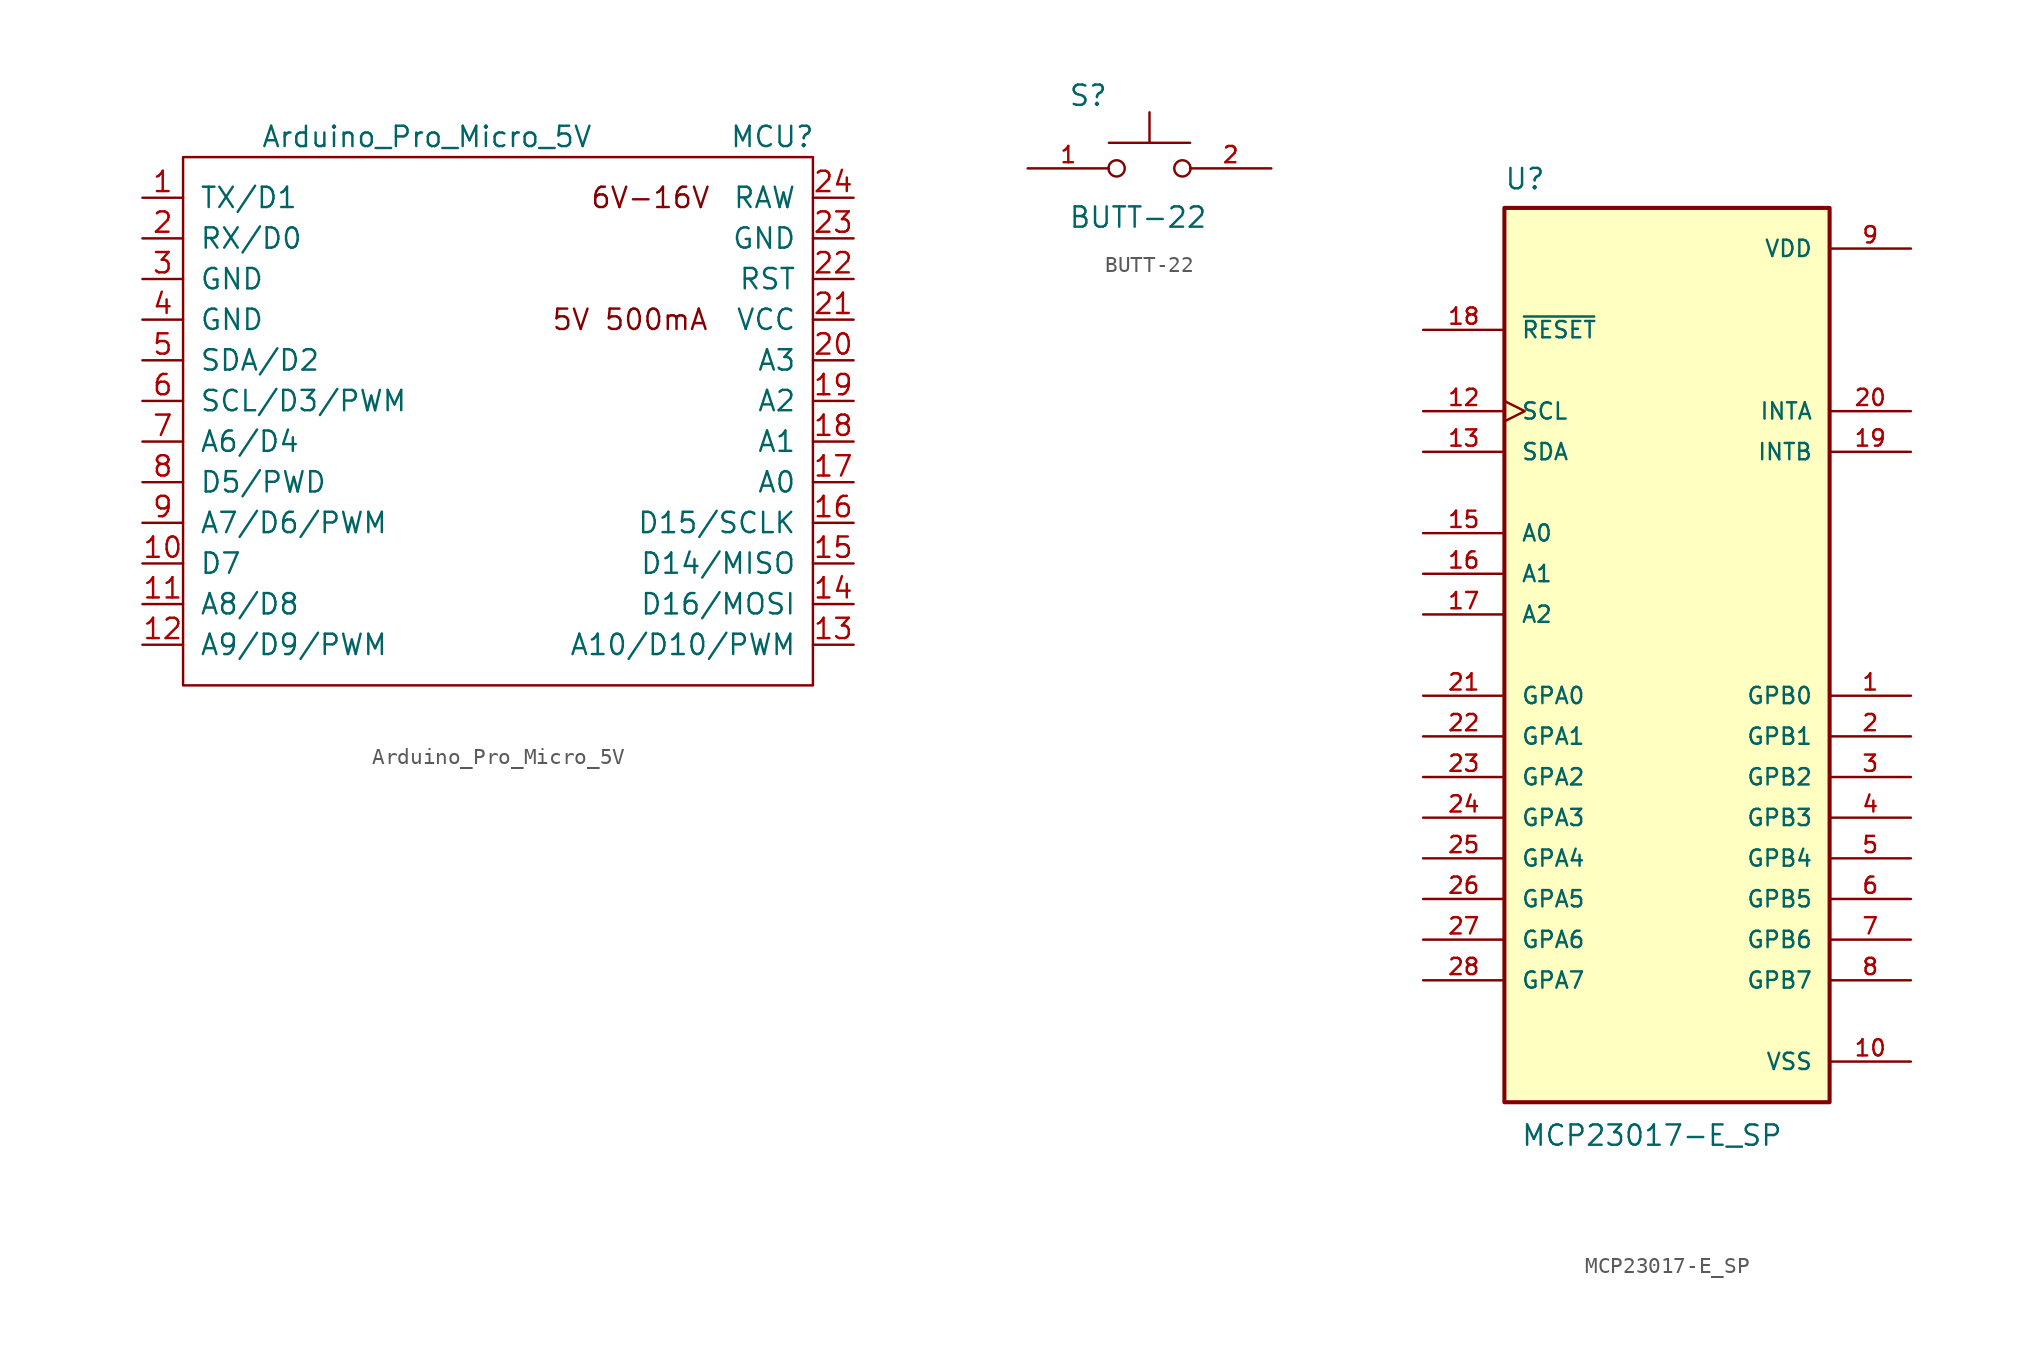
<source format=kicad_sym>
(kicad_symbol_lib
  (version 20211014)
  (generator kicad_symbol_editor)
  (symbol "Arduino_Pro_Micro_5V"
    (pin_names
      (offset 1.016))
    (property "Reference" "MCU"
      (at 27.94 0 0)
      (effects (font (size 1.27 1.27))))
    (property "Value" "Arduino_Pro_Micro_5V"
      (at 6.35 0 0)
      (effects (font (size 1.27 1.27))))
    (symbol "Arduino_Pro_Micro_5V_0_0"
      (rectangle (start -8.89 -1.27) (end 30.48 -34.29) (stroke (width 0) (type default) (color 0 0 0 0)) (fill (type none)))
      (text "5V 500mA" (at 19.05 -11.43 0) (effects (font (size 1.27 1.27))))
      (text "6V-16V" (at 20.32 -3.81 0) (effects (font (size 1.27 1.27)))))
    (symbol "Arduino_Pro_Micro_5V_1_1"
      (pin bidirectional line (at -11.43 -3.81 0) (length 2.54) (name "TX/D1" (effects (font (size 1.27 1.27)))) (number "1" (effects (font (size 1.27 1.27)))))
      (pin bidirectional line (at -11.43 -26.67 0) (length 2.54) (name "D7" (effects (font (size 1.27 1.27)))) (number "10" (effects (font (size 1.27 1.27)))))
      (pin bidirectional line (at -11.43 -29.21 0) (length 2.54) (name "A8/D8" (effects (font (size 1.27 1.27)))) (number "11" (effects (font (size 1.27 1.27)))))
      (pin bidirectional line (at -11.43 -31.75 0) (length 2.54) (name "A9/D9/PWM" (effects (font (size 1.27 1.27)))) (number "12" (effects (font (size 1.27 1.27)))))
      (pin bidirectional line (at 33.02 -31.75 180) (length 2.54) (name "A10/D10/PWM" (effects (font (size 1.27 1.27)))) (number "13" (effects (font (size 1.27 1.27)))))
      (pin bidirectional line (at 33.02 -29.21 180) (length 2.54) (name "D16/MOSI" (effects (font (size 1.27 1.27)))) (number "14" (effects (font (size 1.27 1.27)))))
      (pin bidirectional line (at 33.02 -26.67 180) (length 2.54) (name "D14/MISO" (effects (font (size 1.27 1.27)))) (number "15" (effects (font (size 1.27 1.27)))))
      (pin bidirectional line (at 33.02 -24.13 180) (length 2.54) (name "D15/SCLK" (effects (font (size 1.27 1.27)))) (number "16" (effects (font (size 1.27 1.27)))))
      (pin bidirectional line (at 33.02 -21.59 180) (length 2.54) (name "A0" (effects (font (size 1.27 1.27)))) (number "17" (effects (font (size 1.27 1.27)))))
      (pin bidirectional line (at 33.02 -19.05 180) (length 2.54) (name "A1" (effects (font (size 1.27 1.27)))) (number "18" (effects (font (size 1.27 1.27)))))
      (pin bidirectional line (at 33.02 -16.51 180) (length 2.54) (name "A2" (effects (font (size 1.27 1.27)))) (number "19" (effects (font (size 1.27 1.27)))))
      (pin bidirectional line (at -11.43 -6.35 0) (length 2.54) (name "RX/D0" (effects (font (size 1.27 1.27)))) (number "2" (effects (font (size 1.27 1.27)))))
      (pin bidirectional line (at 33.02 -13.97 180) (length 2.54) (name "A3" (effects (font (size 1.27 1.27)))) (number "20" (effects (font (size 1.27 1.27)))))
      (pin bidirectional line (at 33.02 -11.43 180) (length 2.54) (name "VCC" (effects (font (size 1.27 1.27)))) (number "21" (effects (font (size 1.27 1.27)))))
      (pin input line (at 33.02 -8.89 180) (length 2.54) (name "RST" (effects (font (size 1.27 1.27)))) (number "22" (effects (font (size 1.27 1.27)))))
      (pin output line (at 33.02 -6.35 180) (length 2.54) (name "GND" (effects (font (size 1.27 1.27)))) (number "23" (effects (font (size 1.27 1.27)))))
      (pin bidirectional line (at 33.02 -3.81 180) (length 2.54) (name "RAW" (effects (font (size 1.27 1.27)))) (number "24" (effects (font (size 1.27 1.27)))))
      (pin passive line (at -11.43 -8.89 0) (length 2.54) (name "GND" (effects (font (size 1.27 1.27)))) (number "3" (effects (font (size 1.27 1.27)))))
      (pin passive line (at -11.43 -11.43 0) (length 2.54) (name "GND" (effects (font (size 1.27 1.27)))) (number "4" (effects (font (size 1.27 1.27)))))
      (pin bidirectional line (at -11.43 -13.97 0) (length 2.54) (name "SDA/D2" (effects (font (size 1.27 1.27)))) (number "5" (effects (font (size 1.27 1.27)))))
      (pin bidirectional line (at -11.43 -16.51 0) (length 2.54) (name "SCL/D3/PWM" (effects (font (size 1.27 1.27)))) (number "6" (effects (font (size 1.27 1.27)))))
      (pin bidirectional line (at -11.43 -19.05 0) (length 2.54) (name "A6/D4" (effects (font (size 1.27 1.27)))) (number "7" (effects (font (size 1.27 1.27)))))
      (pin bidirectional line (at -11.43 -21.59 0) (length 2.54) (name "D5/PWD" (effects (font (size 1.27 1.27)))) (number "8" (effects (font (size 1.27 1.27)))))
      (pin bidirectional line (at -11.43 -24.13 0) (length 2.54) (name "A7/D6/PWM" (effects (font (size 1.27 1.27)))) (number "9" (effects (font (size 1.27 1.27)))))))
  (symbol "BUTT-22"
    (pin_names
      (offset 1.016) hide)
    (property "Reference" "S"
      (at -5.08 3.81 0)
      (effects (font (size 1.27 1.27)) (justify left bottom)))
    (property "Value" "BUTT-22"
      (at -5.08 -3.81 0)
      (effects (font (size 1.27 1.27)) (justify left bottom)))
    (property "ki_locked" ""
      (at 0 0 0)
      (effects (font (size 1.27 1.27))))
    (symbol "BUTT-22_0_0"
      (circle (center -2.057 0) (radius 0.508) (stroke (width 0.152) (type default) (color 0 0 0 0)) (fill (type none)))
      (polyline (pts (xy -2.54 1.6) (xy 0 1.6)) (stroke (width 0.152) (type default) (color 0 0 0 0)) (fill (type none)))
      (polyline (pts (xy 0 1.6) (xy 0 3.505)) (stroke (width 0.152) (type default) (color 0 0 0 0)) (fill (type none)))
      (polyline (pts (xy 0 1.6) (xy 2.54 1.6)) (stroke (width 0.152) (type default) (color 0 0 0 0)) (fill (type none)))
      (circle (center 2.057 0) (radius 0.508) (stroke (width 0.152) (type default) (color 0 0 0 0)) (fill (type none)))
      (pin passive line (at -7.62 0 0) (length 5.08) (name "~" (effects (font (size 1.016 1.016)))) (number "1" (effects (font (size 1.016 1.016)))))
      (pin passive line (at 7.62 0 180) (length 5.08) (name "~" (effects (font (size 1.016 1.016)))) (number "2" (effects (font (size 1.016 1.016)))))))
  (symbol "MCP23017-E_SP"
    (pin_names
      (offset 1.016))
    (property "Reference" "U"
      (at -10.185 29.007 0)
      (effects (font (size 1.27 1.27)) (justify left bottom)))
    (property "Value" "MCP23017-E_SP"
      (at -9.144 -30.759 0)
      (effects (font (size 1.27 1.27)) (justify left bottom)))
    (property "ki_locked" ""
      (at 0 0 0)
      (effects (font (size 1.27 1.27))))
    (symbol "MCP23017-E_SP_0_0"
      (rectangle (start -10.16 -27.94) (end 10.16 27.94) (stroke (width 0.254) (type default) (color 0 0 0 0)) (fill (type background)))
      (pin bidirectional line (at 15.24 -2.54 180) (length 5.08) (name "GPB0" (effects (font (size 1.016 1.016)))) (number "1" (effects (font (size 1.016 1.016)))))
      (pin power_in line (at 15.24 -25.4 180) (length 5.08) (name "VSS" (effects (font (size 1.016 1.016)))) (number "10" (effects (font (size 1.016 1.016)))))
      (pin input clock (at -15.24 15.24 0) (length 5.08) (name "SCL" (effects (font (size 1.016 1.016)))) (number "12" (effects (font (size 1.016 1.016)))))
      (pin bidirectional line (at -15.24 12.7 0) (length 5.08) (name "SDA" (effects (font (size 1.016 1.016)))) (number "13" (effects (font (size 1.016 1.016)))))
      (pin input line (at -15.24 7.62 0) (length 5.08) (name "A0" (effects (font (size 1.016 1.016)))) (number "15" (effects (font (size 1.016 1.016)))))
      (pin input line (at -15.24 5.08 0) (length 5.08) (name "A1" (effects (font (size 1.016 1.016)))) (number "16" (effects (font (size 1.016 1.016)))))
      (pin input line (at -15.24 2.54 0) (length 5.08) (name "A2" (effects (font (size 1.016 1.016)))) (number "17" (effects (font (size 1.016 1.016)))))
      (pin input line (at -15.24 20.32 0) (length 5.08) (name "~{RESET}" (effects (font (size 1.016 1.016)))) (number "18" (effects (font (size 1.016 1.016)))))
      (pin output line (at 15.24 12.7 180) (length 5.08) (name "INTB" (effects (font (size 1.016 1.016)))) (number "19" (effects (font (size 1.016 1.016)))))
      (pin bidirectional line (at 15.24 -5.08 180) (length 5.08) (name "GPB1" (effects (font (size 1.016 1.016)))) (number "2" (effects (font (size 1.016 1.016)))))
      (pin output line (at 15.24 15.24 180) (length 5.08) (name "INTA" (effects (font (size 1.016 1.016)))) (number "20" (effects (font (size 1.016 1.016)))))
      (pin bidirectional line (at -15.24 -2.54 0) (length 5.08) (name "GPA0" (effects (font (size 1.016 1.016)))) (number "21" (effects (font (size 1.016 1.016)))))
      (pin bidirectional line (at -15.24 -5.08 0) (length 5.08) (name "GPA1" (effects (font (size 1.016 1.016)))) (number "22" (effects (font (size 1.016 1.016)))))
      (pin bidirectional line (at -15.24 -7.62 0) (length 5.08) (name "GPA2" (effects (font (size 1.016 1.016)))) (number "23" (effects (font (size 1.016 1.016)))))
      (pin bidirectional line (at -15.24 -10.16 0) (length 5.08) (name "GPA3" (effects (font (size 1.016 1.016)))) (number "24" (effects (font (size 1.016 1.016)))))
      (pin bidirectional line (at -15.24 -12.7 0) (length 5.08) (name "GPA4" (effects (font (size 1.016 1.016)))) (number "25" (effects (font (size 1.016 1.016)))))
      (pin bidirectional line (at -15.24 -15.24 0) (length 5.08) (name "GPA5" (effects (font (size 1.016 1.016)))) (number "26" (effects (font (size 1.016 1.016)))))
      (pin bidirectional line (at -15.24 -17.78 0) (length 5.08) (name "GPA6" (effects (font (size 1.016 1.016)))) (number "27" (effects (font (size 1.016 1.016)))))
      (pin bidirectional line (at -15.24 -20.32 0) (length 5.08) (name "GPA7" (effects (font (size 1.016 1.016)))) (number "28" (effects (font (size 1.016 1.016)))))
      (pin bidirectional line (at 15.24 -7.62 180) (length 5.08) (name "GPB2" (effects (font (size 1.016 1.016)))) (number "3" (effects (font (size 1.016 1.016)))))
      (pin bidirectional line (at 15.24 -10.16 180) (length 5.08) (name "GPB3" (effects (font (size 1.016 1.016)))) (number "4" (effects (font (size 1.016 1.016)))))
      (pin bidirectional line (at 15.24 -12.7 180) (length 5.08) (name "GPB4" (effects (font (size 1.016 1.016)))) (number "5" (effects (font (size 1.016 1.016)))))
      (pin bidirectional line (at 15.24 -15.24 180) (length 5.08) (name "GPB5" (effects (font (size 1.016 1.016)))) (number "6" (effects (font (size 1.016 1.016)))))
      (pin bidirectional line (at 15.24 -17.78 180) (length 5.08) (name "GPB6" (effects (font (size 1.016 1.016)))) (number "7" (effects (font (size 1.016 1.016)))))
      (pin bidirectional line (at 15.24 -20.32 180) (length 5.08) (name "GPB7" (effects (font (size 1.016 1.016)))) (number "8" (effects (font (size 1.016 1.016)))))
      (pin power_in line (at 15.24 25.4 180) (length 5.08) (name "VDD" (effects (font (size 1.016 1.016)))) (number "9" (effects (font (size 1.016 1.016))))))))
</source>
